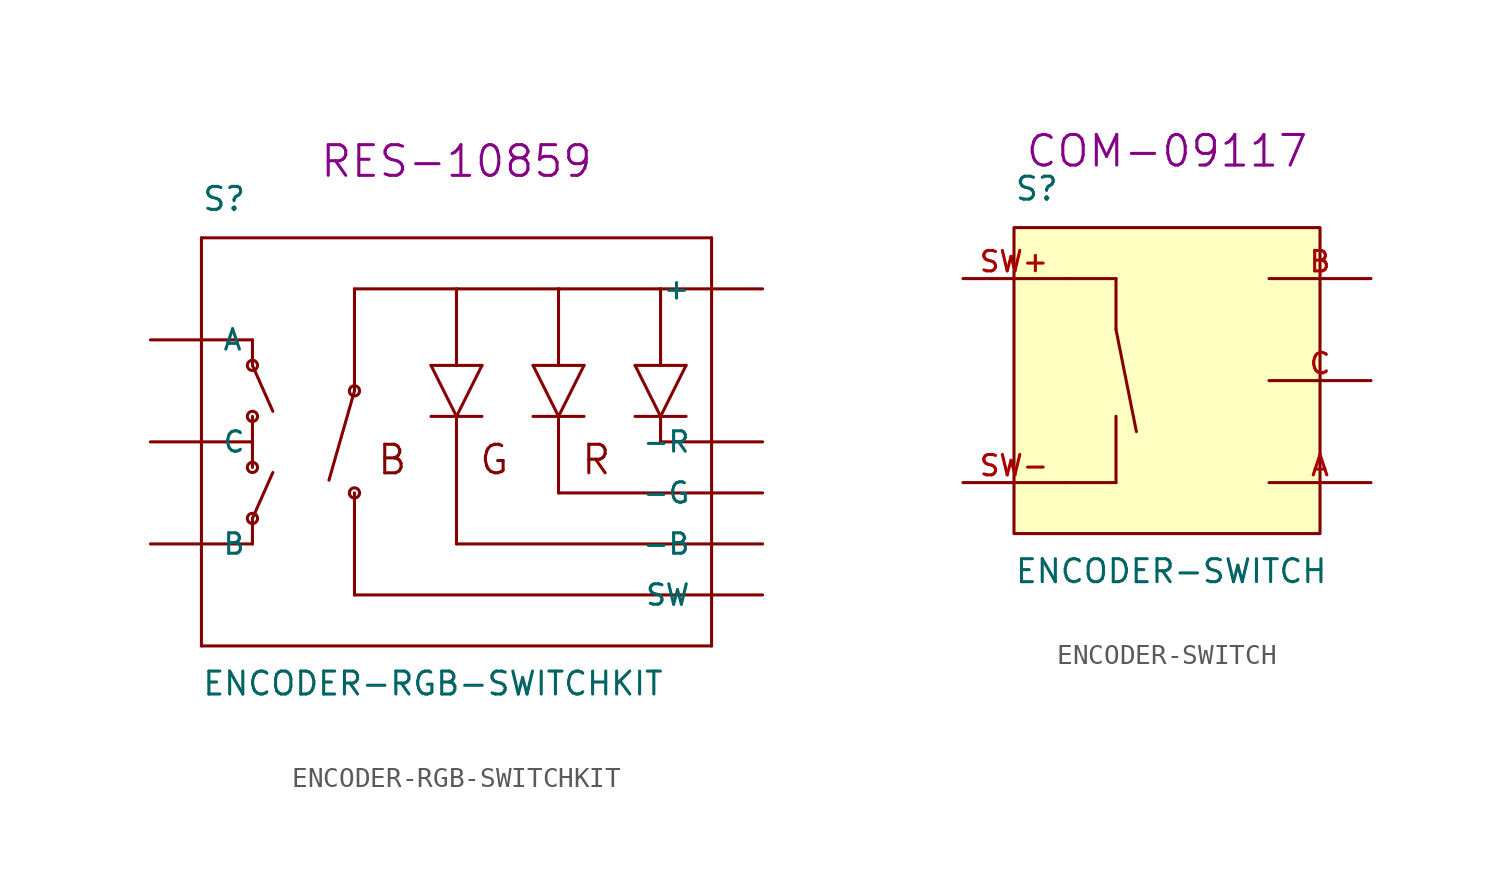
<source format=kicad_sym>
(kicad_symbol_lib
  (version 20201005)
  (generator kicad_symbol_editor)
  (symbol "ENCODER-RGB-SWITCHKIT"
    (pin_numbers hide)
    (pin_names
      (offset 1.016))
    (property "Reference" "S"
      (at -12.7 11.43 0)
      (effects (font (size 1.143 1.143)) (justify left bottom)))
    (property "Value" "ENCODER-RGB-SWITCHKIT"
      (at -12.7 -12.7 0)
      (effects (font (size 1.143 1.143)) (justify left bottom)))
    (property "Field4" "RES-10859"
      (at 0 13.97 0)
      (effects (font (size 1.524 1.524))))
    (property "ki_locked" ""
      (at 0 0 0)
      (effects (font (size 1.27 1.27))))
    (symbol "ENCODER-RGB-SWITCHKIT_1_0"
      (text "B" (at -3.2 -0.889 0) (effects (font (size 1.422 1.422))))
      (text "G" (at 1.88 -0.889 0) (effects (font (size 1.422 1.422))))
      (text "R" (at 6.96 -0.889 0) (effects (font (size 1.422 1.422))))
      (polyline (pts (xy -12.7 -10.16) (xy 12.7 -10.16)) (stroke (width 0)) (fill (type none)))
      (polyline (pts (xy -12.7 -5.08) (xy -12.7 -10.16)) (stroke (width 0)) (fill (type none)))
      (polyline (pts (xy -12.7 0) (xy -12.7 -5.08)) (stroke (width 0)) (fill (type none)))
      (polyline (pts (xy -12.7 5.08) (xy -12.7 0)) (stroke (width 0)) (fill (type none)))
      (polyline (pts (xy -12.7 5.08) (xy -10.16 5.08)) (stroke (width 0)) (fill (type none)))
      (polyline (pts (xy -12.7 10.16) (xy -12.7 5.08)) (stroke (width 0)) (fill (type none)))
      (polyline (pts (xy -10.16 -5.08) (xy -12.7 -5.08)) (stroke (width 0)) (fill (type none)))
      (polyline (pts (xy -10.16 -5.08) (xy -10.16 -3.81)) (stroke (width 0)) (fill (type none)))
      (polyline (pts (xy -10.16 -3.81) (xy -9.144 -1.524)) (stroke (width 0)) (fill (type none)))
      (polyline (pts (xy -10.16 0) (xy -12.7 0)) (stroke (width 0)) (fill (type none)))
      (polyline (pts (xy -10.16 0) (xy -10.16 -1.27)) (stroke (width 0)) (fill (type none)))
      (polyline (pts (xy -10.16 0) (xy -10.16 1.27)) (stroke (width 0)) (fill (type none)))
      (polyline (pts (xy -10.16 3.81) (xy -9.144 1.524)) (stroke (width 0)) (fill (type none)))
      (polyline (pts (xy -10.16 5.08) (xy -10.16 3.81)) (stroke (width 0)) (fill (type none)))
      (polyline (pts (xy -5.08 -7.62) (xy -5.08 -2.54)) (stroke (width 0)) (fill (type none)))
      (polyline (pts (xy -5.08 -7.62) (xy 12.7 -7.62)) (stroke (width 0)) (fill (type none)))
      (polyline (pts (xy -5.08 2.54) (xy -6.35 -1.905)) (stroke (width 0)) (fill (type none)))
      (polyline (pts (xy -5.08 7.62) (xy -5.08 2.54)) (stroke (width 0)) (fill (type none)))
      (polyline (pts (xy -5.08 7.62) (xy 0 7.62)) (stroke (width 0)) (fill (type none)))
      (polyline (pts (xy -1.27 1.27) (xy 0 1.27)) (stroke (width 0)) (fill (type none)))
      (polyline (pts (xy -1.27 3.81) (xy 0 1.27)) (stroke (width 0)) (fill (type none)))
      (polyline (pts (xy -1.27 3.81) (xy 0 3.81)) (stroke (width 0)) (fill (type none)))
      (polyline (pts (xy 0 -5.08) (xy 0 1.27)) (stroke (width 0)) (fill (type none)))
      (polyline (pts (xy 0 -5.08) (xy 12.7 -5.08)) (stroke (width 0)) (fill (type none)))
      (polyline (pts (xy 0 1.27) (xy 1.27 1.27)) (stroke (width 0)) (fill (type none)))
      (polyline (pts (xy 0 1.27) (xy 1.27 3.81)) (stroke (width 0)) (fill (type none)))
      (polyline (pts (xy 0 3.81) (xy 1.27 3.81)) (stroke (width 0)) (fill (type none)))
      (polyline (pts (xy 0 7.62) (xy 0 3.81)) (stroke (width 0)) (fill (type none)))
      (polyline (pts (xy 0 7.62) (xy 5.08 7.62)) (stroke (width 0)) (fill (type none)))
      (polyline (pts (xy 3.81 1.27) (xy 5.08 1.27)) (stroke (width 0)) (fill (type none)))
      (polyline (pts (xy 3.81 3.81) (xy 5.08 1.27)) (stroke (width 0)) (fill (type none)))
      (polyline (pts (xy 3.81 3.81) (xy 5.08 3.81)) (stroke (width 0)) (fill (type none)))
      (polyline (pts (xy 5.08 -2.54) (xy 5.08 1.27)) (stroke (width 0)) (fill (type none)))
      (polyline (pts (xy 5.08 -2.54) (xy 12.7 -2.54)) (stroke (width 0)) (fill (type none)))
      (polyline (pts (xy 5.08 1.27) (xy 6.35 1.27)) (stroke (width 0)) (fill (type none)))
      (polyline (pts (xy 5.08 1.27) (xy 6.35 3.81)) (stroke (width 0)) (fill (type none)))
      (polyline (pts (xy 5.08 3.81) (xy 6.35 3.81)) (stroke (width 0)) (fill (type none)))
      (polyline (pts (xy 5.08 7.62) (xy 5.08 3.81)) (stroke (width 0)) (fill (type none)))
      (polyline (pts (xy 5.08 7.62) (xy 10.16 7.62)) (stroke (width 0)) (fill (type none)))
      (polyline (pts (xy 8.89 1.27) (xy 10.16 1.27)) (stroke (width 0)) (fill (type none)))
      (polyline (pts (xy 8.89 3.81) (xy 10.16 1.27)) (stroke (width 0)) (fill (type none)))
      (polyline (pts (xy 8.89 3.81) (xy 10.16 3.81)) (stroke (width 0)) (fill (type none)))
      (polyline (pts (xy 10.16 0) (xy 10.16 1.27)) (stroke (width 0)) (fill (type none)))
      (polyline (pts (xy 10.16 0) (xy 12.7 0)) (stroke (width 0)) (fill (type none)))
      (polyline (pts (xy 10.16 1.27) (xy 11.43 1.27)) (stroke (width 0)) (fill (type none)))
      (polyline (pts (xy 10.16 1.27) (xy 11.43 3.81)) (stroke (width 0)) (fill (type none)))
      (polyline (pts (xy 10.16 3.81) (xy 11.43 3.81)) (stroke (width 0)) (fill (type none)))
      (polyline (pts (xy 10.16 7.62) (xy 10.16 3.81)) (stroke (width 0)) (fill (type none)))
      (polyline (pts (xy 10.16 7.62) (xy 12.7 7.62)) (stroke (width 0)) (fill (type none)))
      (polyline (pts (xy 12.7 10.16) (xy -12.7 10.16)) (stroke (width 0)) (fill (type none)))
      (polyline (pts (xy 12.7 10.16) (xy 12.7 -10.16)) (stroke (width 0)) (fill (type none))))
    (symbol "ENCODER-RGB-SWITCHKIT_1_1"
      (circle (center -10.16 -3.81) (radius 0.254) (stroke (width 0)) (fill (type none)))
      (circle (center -10.16 -1.27) (radius 0.254) (stroke (width 0)) (fill (type none)))
      (circle (center -10.16 1.27) (radius 0.254) (stroke (width 0)) (fill (type none)))
      (circle (center -10.16 3.81) (radius 0.254) (stroke (width 0)) (fill (type none)))
      (circle (center -5.08 -2.54) (radius 0.254) (stroke (width 0)) (fill (type none)))
      (circle (center -5.08 2.54) (radius 0.254) (stroke (width 0)) (fill (type none)))
      (pin passive line (at 15.24 0 180) (length 2.54) (name "-R" (effects (font (size 1.016 1.016)))) (number "1" (effects (font (size 1.016 1.016)))))
      (pin passive line (at 15.24 -2.54 180) (length 2.54) (name "-G" (effects (font (size 1.016 1.016)))) (number "2" (effects (font (size 1.016 1.016)))))
      (pin passive line (at 15.24 -7.62 180) (length 2.54) (name "SW" (effects (font (size 1.016 1.016)))) (number "3" (effects (font (size 1.016 1.016)))))
      (pin passive line (at 15.24 -5.08 180) (length 2.54) (name "-B" (effects (font (size 1.016 1.016)))) (number "4" (effects (font (size 1.016 1.016)))))
      (pin passive line (at 15.24 7.62 180) (length 2.54) (name "+" (effects (font (size 1.016 1.016)))) (number "5" (effects (font (size 1.016 1.016)))))
      (pin bidirectional line (at -15.24 5.08 0) (length 2.54) (name "A" (effects (font (size 1.016 1.016)))) (number "A" (effects (font (size 1.016 1.016)))))
      (pin bidirectional line (at -15.24 -5.08 0) (length 2.54) (name "B" (effects (font (size 1.016 1.016)))) (number "B" (effects (font (size 1.016 1.016)))))
      (pin bidirectional line (at -15.24 0 0) (length 2.54) (name "C" (effects (font (size 1.016 1.016)))) (number "C" (effects (font (size 1.016 1.016)))))))
  (symbol "ENCODER-SWITCH"
    (pin_names
      (offset 1.016) hide)
    (property "Reference" "S"
      (at -7.62 8.89 0)
      (effects (font (size 1.143 1.143)) (justify left bottom)))
    (property "Value" "ENCODER-SWITCH"
      (at -7.62 -10.16 0)
      (effects (font (size 1.143 1.143)) (justify left bottom)))
    (property "Field4" "COM-09117"
      (at 0 11.43 0)
      (effects (font (size 1.524 1.524))))
    (property "ki_locked" ""
      (at 0 0 0)
      (effects (font (size 1.27 1.27))))
    (symbol "ENCODER-SWITCH_1_0"
      (polyline (pts (xy -5.08 -5.08) (xy -2.54 -5.08)) (stroke (width 0)) (fill (type none)))
      (polyline (pts (xy -5.08 5.08) (xy -2.54 5.08)) (stroke (width 0)) (fill (type none)))
      (polyline (pts (xy -2.54 -5.08) (xy -2.54 -1.778)) (stroke (width 0)) (fill (type none)))
      (polyline (pts (xy -2.54 2.54) (xy -1.524 -2.54)) (stroke (width 0)) (fill (type none)))
      (polyline (pts (xy -2.54 5.08) (xy -2.54 2.54)) (stroke (width 0)) (fill (type none))))
    (symbol "ENCODER-SWITCH_1_1"
      (polyline (pts (xy -7.62 7.62) (xy 7.62 7.62) (xy 7.62 -7.62) (xy -7.62 -7.62) (xy -7.62 7.62)) (stroke (width 0)) (fill (type background)))
      (pin bidirectional line (at 10.16 -5.08 180) (length 5.08) (name "A" (effects (font (size 1.016 1.016)))) (number "A" (effects (font (size 1.016 1.016)))))
      (pin bidirectional line (at 10.16 5.08 180) (length 5.08) (name "B" (effects (font (size 1.016 1.016)))) (number "B" (effects (font (size 1.016 1.016)))))
      (pin bidirectional line (at 10.16 0 180) (length 5.08) (name "C" (effects (font (size 1.016 1.016)))) (number "C" (effects (font (size 1.016 1.016)))))
      (pin bidirectional line (at -10.16 5.08 0) (length 5.08) (name "SW+" (effects (font (size 1.016 1.016)))) (number "SW+" (effects (font (size 1.016 1.016)))))
      (pin bidirectional line (at -10.16 -5.08 0) (length 5.08) (name "SW-" (effects (font (size 1.016 1.016)))) (number "SW-" (effects (font (size 1.016 1.016))))))))
</source>
